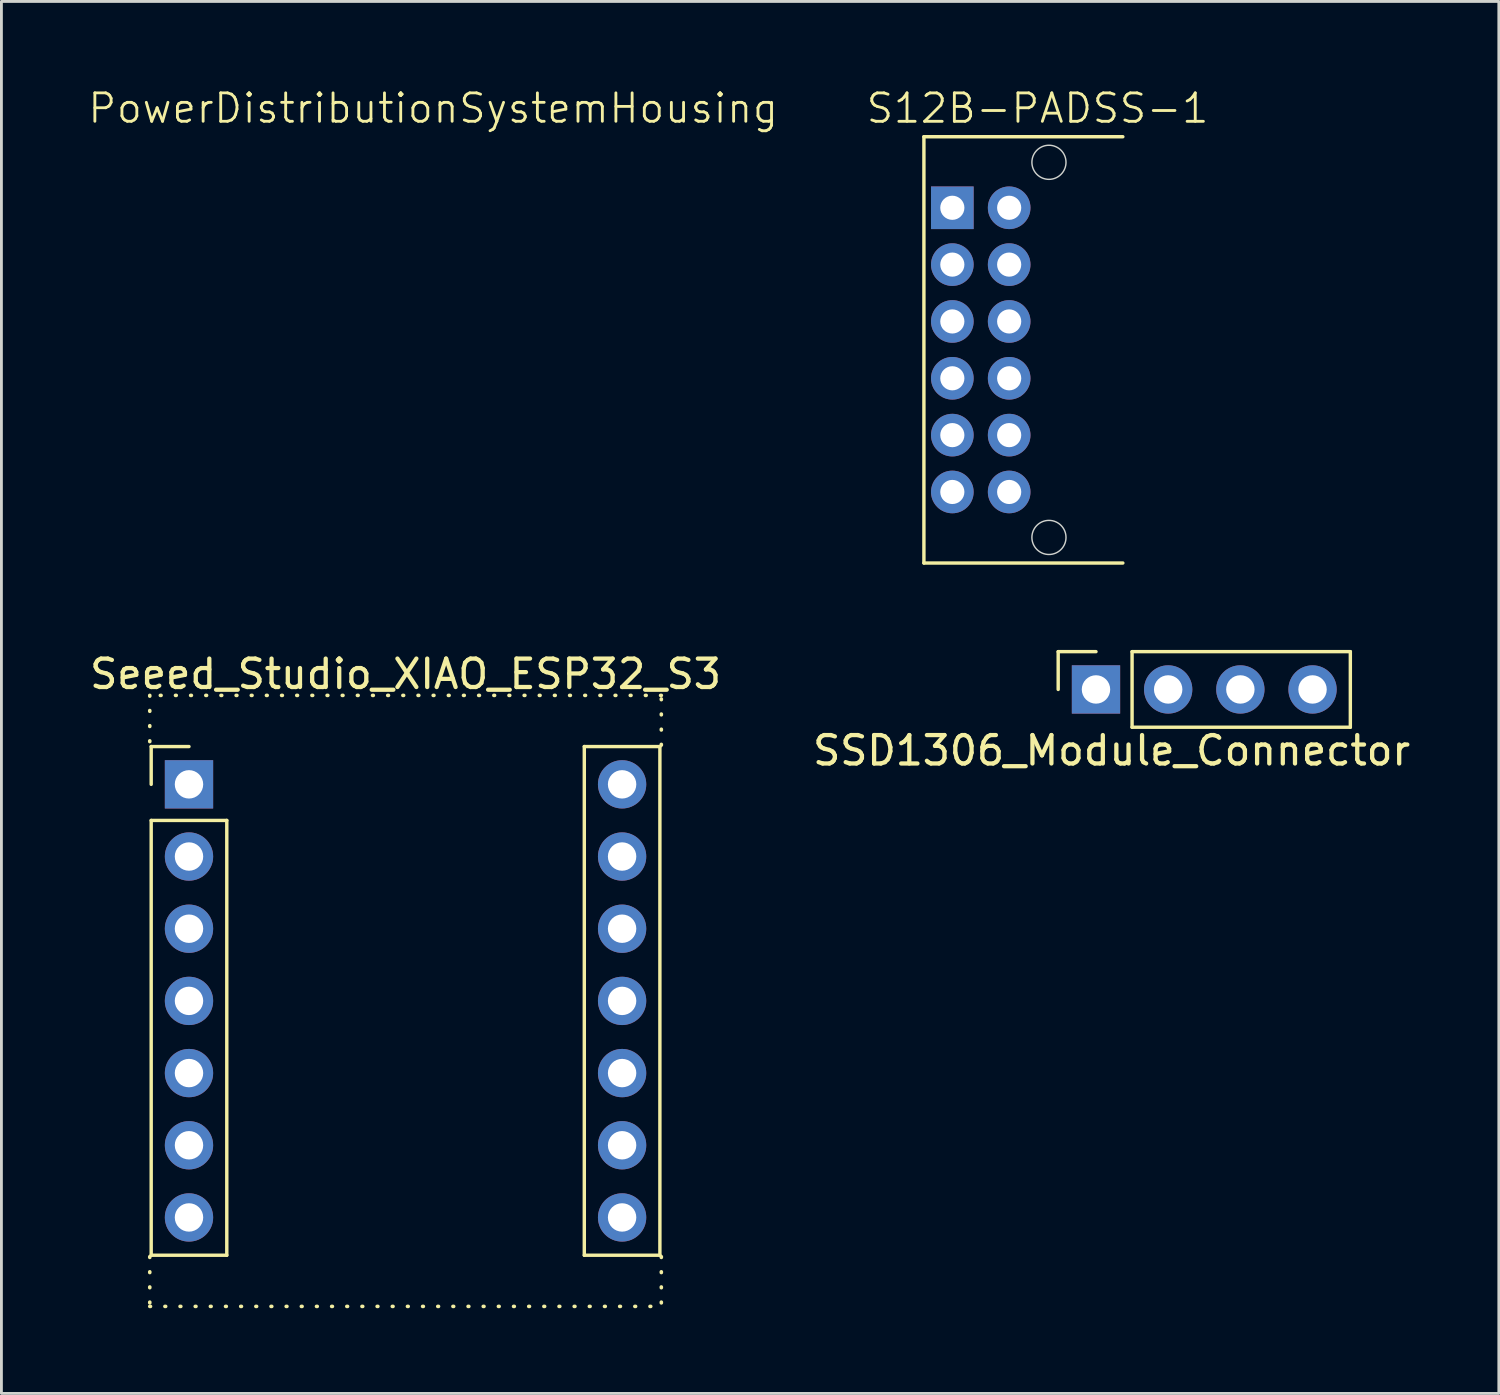
<source format=kicad_pcb>
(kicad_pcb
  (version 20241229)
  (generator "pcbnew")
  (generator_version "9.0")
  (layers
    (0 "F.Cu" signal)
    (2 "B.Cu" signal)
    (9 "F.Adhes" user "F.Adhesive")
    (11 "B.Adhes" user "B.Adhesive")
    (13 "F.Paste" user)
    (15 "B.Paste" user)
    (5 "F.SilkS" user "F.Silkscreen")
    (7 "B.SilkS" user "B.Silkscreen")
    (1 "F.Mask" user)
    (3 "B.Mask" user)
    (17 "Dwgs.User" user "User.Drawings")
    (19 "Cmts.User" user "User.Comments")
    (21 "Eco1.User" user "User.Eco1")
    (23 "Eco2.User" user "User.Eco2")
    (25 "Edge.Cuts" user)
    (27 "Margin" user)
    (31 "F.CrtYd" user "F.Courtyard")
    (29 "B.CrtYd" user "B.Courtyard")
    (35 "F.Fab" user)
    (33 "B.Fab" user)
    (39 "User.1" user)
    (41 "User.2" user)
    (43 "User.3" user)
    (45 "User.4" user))
  (footprint "S12B-PADSS-1"
    (layer "F.Cu")
    (at 30.46 4.261)
    (property "Reference" "S12B-PADSS-1" (at 3 -3.5 0) (unlocked yes) (layer "F.SilkS") (effects (font (size 1 1) (thickness 0.1))))
    (attr smd)
    (fp_line (start -1 -2.5) (end -1 12.5) (stroke (width 0.12) (type default)) (layer "F.SilkS"))
    (fp_line (start 6 -2.5) (end -1 -2.5) (stroke (width 0.12) (type default)) (layer "F.SilkS"))
    (fp_line (start 6 12.5) (end -1 12.5) (stroke (width 0.12) (type default)) (layer "F.SilkS"))
    (fp_circle (center 3.4 -1.6) (end 4 -1.6) (stroke (width 0.05) (type default)) (fill no) (layer "Edge.Cuts"))
    (fp_circle (center 3.4 11.6) (end 4 11.6) (stroke (width 0.05) (type default)) (fill no) (layer "Edge.Cuts"))
    (pad "1" thru_hole rect (at 0 0 270) (size 1.5 1.5) (drill 0.85) (layers "*.Cu" "*.Mask"))
    (pad "2" thru_hole circle (at 2 0 270) (size 1.5 1.5) (drill 0.85) (layers "*.Cu" "*.Mask"))
    (pad "3" thru_hole circle (at 0 2 270) (size 1.5 1.5) (drill 0.85) (layers "*.Cu" "*.Mask"))
    (pad "3" thru_hole circle (at 0 4 270) (size 1.5 1.5) (drill 0.85) (layers "*.Cu" "*.Mask"))
    (pad "3" thru_hole circle (at 0 6 270) (size 1.5 1.5) (drill 0.85) (layers "*.Cu" "*.Mask"))
    (pad "3" thru_hole circle (at 0 8 270) (size 1.5 1.5) (drill 0.85) (layers "*.Cu" "*.Mask"))
    (pad "3" thru_hole circle (at 0 10 270) (size 1.5 1.5) (drill 0.85) (layers "*.Cu" "*.Mask"))
    (pad "4" thru_hole circle (at 2 2 270) (size 1.5 1.5) (drill 0.85) (layers "*.Cu" "*.Mask"))
    (pad "4" thru_hole circle (at 2 4 270) (size 1.5 1.5) (drill 0.85) (layers "*.Cu" "*.Mask"))
    (pad "4" thru_hole circle (at 2 6 270) (size 1.5 1.5) (drill 0.85) (layers "*.Cu" "*.Mask"))
    (pad "4" thru_hole circle (at 2 8 270) (size 1.5 1.5) (drill 0.85) (layers "*.Cu" "*.Mask"))
    (pad "4" thru_hole circle (at 2 10 270) (size 1.5 1.5) (drill 0.85) (layers "*.Cu" "*.Mask")))
  (footprint "Seeed_Studio_XIAO_ESP32_S3"
    (layer "F.Cu")
    (at 11.22 32.169)
    (property "Reference" "Seeed_Studio_XIAO_ESP32_S3" (at 0 -11.5 0) (unlocked yes) (layer "F.SilkS") (effects (font (size 1 1) (thickness 0.15))))
    (attr through_hole)
    (fp_line (start -9 -10.75) (end -9 -9) (stroke (width 0.127) (type dot)) (layer "F.SilkS"))
    (fp_line (start -9 9) (end -9 10.75) (stroke (width 0.127) (type dot)) (layer "F.SilkS"))
    (fp_line (start -9 10.75) (end 9 10.75) (stroke (width 0.127) (type dot)) (layer "F.SilkS"))
    (fp_line (start -8.95 -8.95) (end -7.62 -8.95) (stroke (width 0.12) (type solid)) (layer "F.SilkS"))
    (fp_line (start -8.95 -7.62) (end -8.95 -8.95) (stroke (width 0.12) (type solid)) (layer "F.SilkS"))
    (fp_line (start -8.95 -6.35) (end -8.95 8.95) (stroke (width 0.12) (type solid)) (layer "F.SilkS"))
    (fp_line (start -8.95 -6.35) (end -6.29 -6.35) (stroke (width 0.12) (type solid)) (layer "F.SilkS"))
    (fp_line (start -8.95 8.95) (end -6.29 8.95) (stroke (width 0.12) (type solid)) (layer "F.SilkS"))
    (fp_line (start -6.29 -6.35) (end -6.29 8.95) (stroke (width 0.12) (type solid)) (layer "F.SilkS"))
    (fp_line (start 6.29 -8.95) (end 6.29 8.95) (stroke (width 0.12) (type solid)) (layer "F.SilkS"))
    (fp_line (start 6.29 -8.95) (end 8.95 -8.95) (stroke (width 0.12) (type solid)) (layer "F.SilkS"))
    (fp_line (start 6.29 8.95) (end 8.95 8.95) (stroke (width 0.12) (type solid)) (layer "F.SilkS"))
    (fp_line (start 8.95 -8.95) (end 8.95 8.95) (stroke (width 0.12) (type solid)) (layer "F.SilkS"))
    (fp_line (start 9 -10.75) (end -9 -10.75) (stroke (width 0.127) (type dot)) (layer "F.SilkS"))
    (fp_line (start 9 -9) (end 9 -10.75) (stroke (width 0.127) (type dot)) (layer "F.SilkS"))
    (fp_line (start 9 9) (end 9 10.75) (stroke (width 0.127) (type dot)) (layer "F.SilkS"))
    (pad "1" thru_hole rect (at -7.62 -7.62) (size 1.7 1.7) (drill 1) (layers "*.Cu" "*.Mask"))
    (pad "2" thru_hole oval (at -7.62 -5.08) (size 1.7 1.7) (drill 1) (layers "*.Cu" "*.Mask"))
    (pad "3" thru_hole oval (at -7.62 -2.54) (size 1.7 1.7) (drill 1) (layers "*.Cu" "*.Mask"))
    (pad "4" thru_hole oval (at -7.62 0) (size 1.7 1.7) (drill 1) (layers "*.Cu" "*.Mask"))
    (pad "5" thru_hole oval (at -7.62 2.54) (size 1.7 1.7) (drill 1) (layers "*.Cu" "*.Mask"))
    (pad "6" thru_hole oval (at -7.62 5.08) (size 1.7 1.7) (drill 1) (layers "*.Cu" "*.Mask"))
    (pad "7" thru_hole oval (at -7.62 7.62) (size 1.7 1.7) (drill 1) (layers "*.Cu" "*.Mask"))
    (pad "8" thru_hole circle (at 7.62 -7.62) (size 1.7 1.7) (drill 1) (layers "*.Cu" "*.Mask"))
    (pad "9" thru_hole oval (at 7.62 -5.08) (size 1.7 1.7) (drill 1) (layers "*.Cu" "*.Mask"))
    (pad "10" thru_hole oval (at 7.62 -2.54) (size 1.7 1.7) (drill 1) (layers "*.Cu" "*.Mask"))
    (pad "11" thru_hole oval (at 7.62 0) (size 1.7 1.7) (drill 1) (layers "*.Cu" "*.Mask"))
    (pad "12" thru_hole oval (at 7.62 2.54) (size 1.7 1.7) (drill 1) (layers "*.Cu" "*.Mask"))
    (pad "13" thru_hole oval (at 7.62 5.08) (size 1.7 1.7) (drill 1) (layers "*.Cu" "*.Mask"))
    (pad "14" thru_hole oval (at 7.62 7.62) (size 1.7 1.7) (drill 1) (layers "*.Cu" "*.Mask")))
  (footprint "SSD1306_Module_Connector"
    (layer "F.Cu")
    (at 35.515 21.21)
    (property "Reference" "SSD1306_Module_Connector" (at 0.55 2.15 0) (unlocked yes) (layer "F.SilkS") (effects (font (size 1 1) (thickness 0.15))))
    (attr through_hole)
    (fp_line (start -1.33 -1.33) (end 0 -1.33) (stroke (width 0.12) (type solid)) (layer "F.SilkS"))
    (fp_line (start -1.33 0) (end -1.33 -1.33) (stroke (width 0.12) (type solid)) (layer "F.SilkS"))
    (fp_line (start 1.27 -1.33) (end 8.95 -1.33) (stroke (width 0.12) (type solid)) (layer "F.SilkS"))
    (fp_line (start 1.27 1.33) (end 1.27 -1.33) (stroke (width 0.12) (type solid)) (layer "F.SilkS"))
    (fp_line (start 1.27 1.33) (end 8.95 1.33) (stroke (width 0.12) (type solid)) (layer "F.SilkS"))
    (fp_line (start 8.95 1.33) (end 8.95 -1.33) (stroke (width 0.12) (type solid)) (layer "F.SilkS"))
    (pad "1" thru_hole rect (at 0 0 90) (size 1.7 1.7) (drill 1) (layers "*.Cu" "*.Mask"))
    (pad "2" thru_hole circle (at 2.54 0 90) (size 1.7 1.7) (drill 1) (layers "*.Cu" "*.Mask"))
    (pad "3" thru_hole circle (at 5.08 0 90) (size 1.7 1.7) (drill 1) (layers "*.Cu" "*.Mask"))
    (pad "4" thru_hole circle (at 7.62 0 90) (size 1.7 1.7) (drill 1) (layers "*.Cu" "*.Mask")))
  (footprint "PowerDistributionSystemHousing"
    (layer "F.Cu")
    (at 12.193 1.26)
    (property "Reference" "PowerDistributionSystemHousing" (at 0 -0.5 0) (unlocked yes) (layer "F.SilkS") (effects (font (size 1 1) (thickness 0.1))))
    (fp_line (start -1 0) (end 1 0) (stroke (width 0.1) (type default)) (layer "User.1"))
    (fp_line (start 0 -1) (end 0 1) (stroke (width 0.1) (type default)) (layer "User.1"))
    (fp_circle (center 0 0) (end 1 0) (stroke (width 0.1) (type default)) (fill no) (layer "User.1")))
  (gr_rect
    (start -3 -3)
    (end 49.69 45.982)
    (stroke (width 0.1) (type default))
    (fill no)
    (layer "Edge.Cuts")))
</source>
